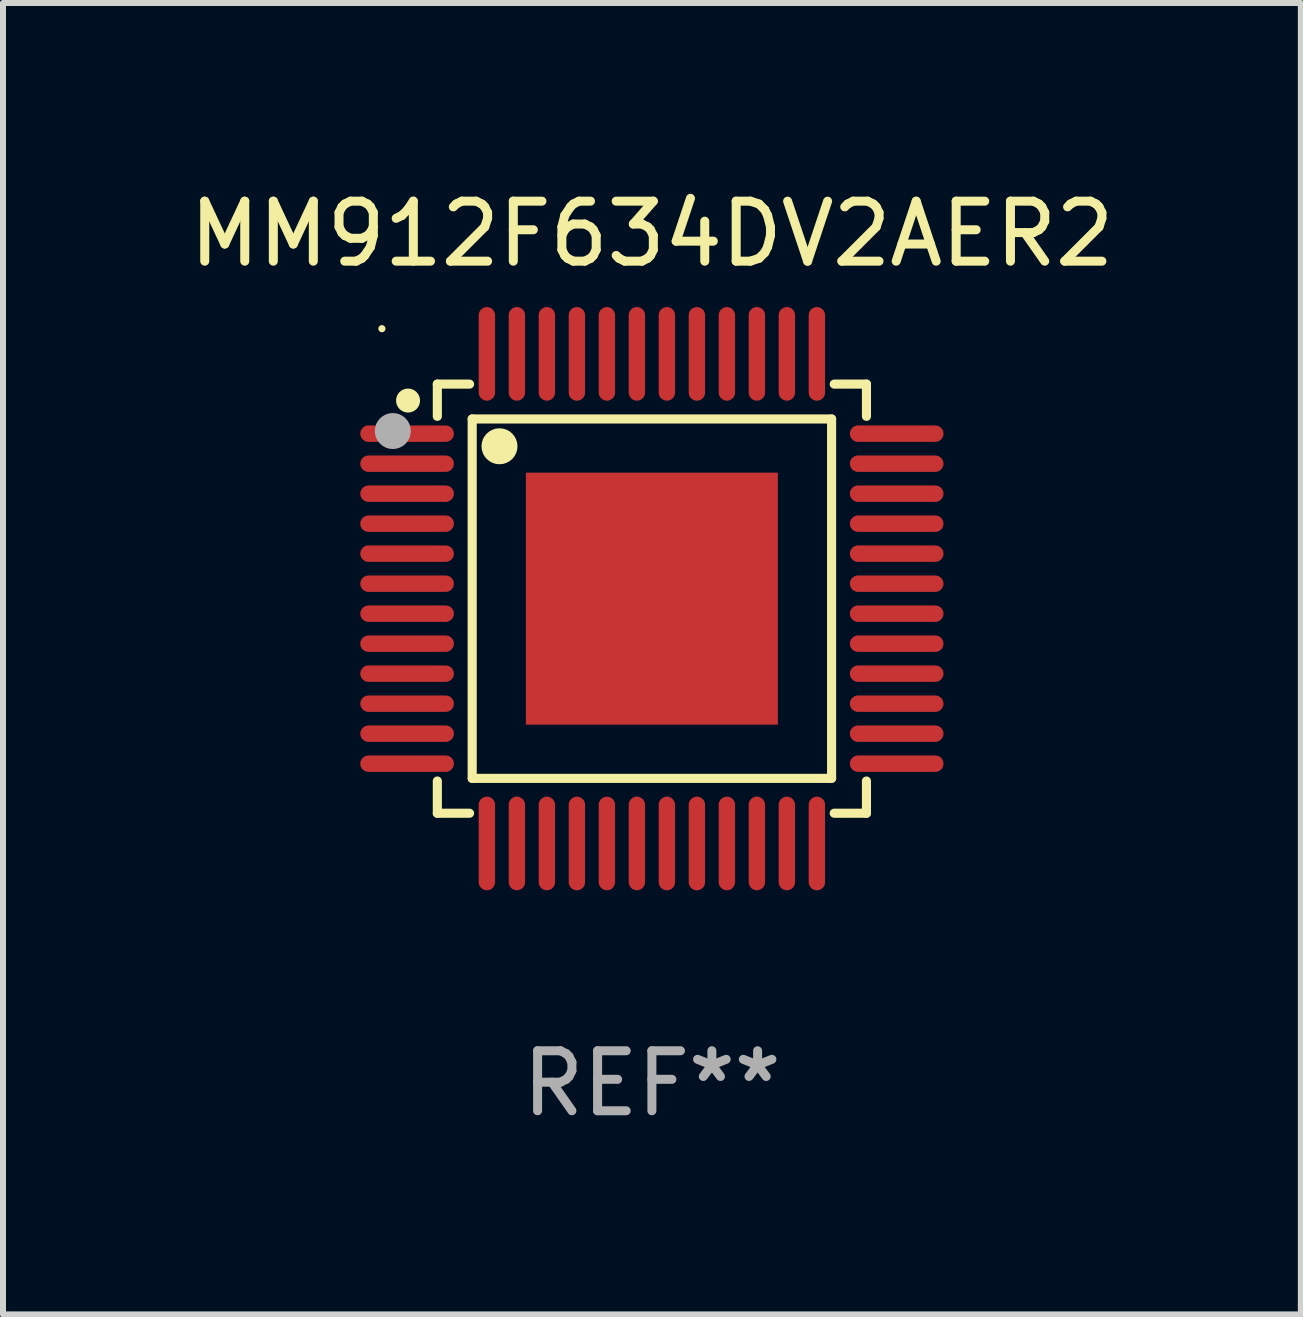
<source format=kicad_pcb>
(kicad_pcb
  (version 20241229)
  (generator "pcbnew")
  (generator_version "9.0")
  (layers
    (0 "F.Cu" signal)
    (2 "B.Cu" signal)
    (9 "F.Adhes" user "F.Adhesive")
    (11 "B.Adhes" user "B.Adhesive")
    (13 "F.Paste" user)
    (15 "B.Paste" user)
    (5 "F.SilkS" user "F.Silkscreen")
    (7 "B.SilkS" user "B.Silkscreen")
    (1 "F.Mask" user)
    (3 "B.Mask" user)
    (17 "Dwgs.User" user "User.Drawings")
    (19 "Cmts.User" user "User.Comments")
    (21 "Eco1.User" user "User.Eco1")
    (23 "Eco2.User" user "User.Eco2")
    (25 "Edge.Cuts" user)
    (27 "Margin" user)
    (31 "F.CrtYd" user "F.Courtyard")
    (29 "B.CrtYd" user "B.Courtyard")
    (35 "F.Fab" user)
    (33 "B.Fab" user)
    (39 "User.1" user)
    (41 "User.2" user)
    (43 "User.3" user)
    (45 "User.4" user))
  (footprint "MM912F634DV2AER2"
    (layer "F.Cu")
    (at 7.815 6.928)
    (property "Reference" "MM912F634DV2AER2" (at 0 -6.08 0) (layer "F.SilkS") (effects (font (size 1 1) (thickness 0.15))))
    (attr through_hole)
    (fp_line (start -3.576 -3.576) (end -3.039 -3.576) (stroke (width 0.152) (type solid)) (layer "F.SilkS"))
    (fp_line (start -3.576 -3.039) (end -3.576 -3.576) (stroke (width 0.152) (type solid)) (layer "F.SilkS"))
    (fp_line (start -3.576 3.039) (end -3.576 3.576) (stroke (width 0.152) (type solid)) (layer "F.SilkS"))
    (fp_line (start -3.576 3.576) (end -3.039 3.576) (stroke (width 0.152) (type solid)) (layer "F.SilkS"))
    (fp_line (start -2.995 -2.995) (end 2.995 -2.995) (stroke (width 0.152) (type solid)) (layer "F.SilkS"))
    (fp_line (start -2.995 2.995) (end -2.995 -2.995) (stroke (width 0.152) (type solid)) (layer "F.SilkS"))
    (fp_line (start 2.995 -2.995) (end 2.995 2.995) (stroke (width 0.152) (type solid)) (layer "F.SilkS"))
    (fp_line (start 2.995 2.995) (end -2.995 2.995) (stroke (width 0.152) (type solid)) (layer "F.SilkS"))
    (fp_line (start 3.576 -3.576) (end 3.039 -3.576) (stroke (width 0.152) (type solid)) (layer "F.SilkS"))
    (fp_line (start 3.576 -3.039) (end 3.576 -3.576) (stroke (width 0.152) (type solid)) (layer "F.SilkS"))
    (fp_line (start 3.576 3.039) (end 3.576 3.576) (stroke (width 0.152) (type solid)) (layer "F.SilkS"))
    (fp_line (start 3.576 3.576) (end 3.039 3.576) (stroke (width 0.152) (type solid)) (layer "F.SilkS"))
    (fp_circle (center -4.5 -4.5) (end -4.47 -4.5) (stroke (width 0.06) (type solid)) (fill no) (layer "F.SilkS"))
    (fp_circle (center -4.064 -3.302) (end -3.964 -3.302) (stroke (width 0.2) (type solid)) (fill no) (layer "F.SilkS"))
    (fp_circle (center -2.54 -2.54) (end -2.39 -2.54) (stroke (width 0.3) (type solid)) (fill no) (layer "F.SilkS"))
    (fp_circle (center -4.318 -2.794) (end -4.168 -2.794) (stroke (width 0.3) (type solid)) (fill no) (layer "F.Fab"))
    (fp_text user "REF**" (at 0 8.08 0) (layer "F.Fab") (effects (font (size 1 1) (thickness 0.15))))
    (pad "1" smd oval (at -4.08 -2.75) (size 1.56 0.273) (layers "F.Cu" "F.Mask" "F.Paste"))
    (pad "2" smd oval (at -4.08 -2.25) (size 1.56 0.273) (layers "F.Cu" "F.Mask" "F.Paste"))
    (pad "3" smd oval (at -4.08 -1.75) (size 1.56 0.273) (layers "F.Cu" "F.Mask" "F.Paste"))
    (pad "4" smd oval (at -4.08 -1.25) (size 1.56 0.273) (layers "F.Cu" "F.Mask" "F.Paste"))
    (pad "5" smd oval (at -4.08 -0.75) (size 1.56 0.273) (layers "F.Cu" "F.Mask" "F.Paste"))
    (pad "6" smd oval (at -4.08 -0.25) (size 1.56 0.273) (layers "F.Cu" "F.Mask" "F.Paste"))
    (pad "7" smd oval (at -4.08 0.25) (size 1.56 0.273) (layers "F.Cu" "F.Mask" "F.Paste"))
    (pad "8" smd oval (at -4.08 0.75) (size 1.56 0.273) (layers "F.Cu" "F.Mask" "F.Paste"))
    (pad "9" smd oval (at -4.08 1.25) (size 1.56 0.273) (layers "F.Cu" "F.Mask" "F.Paste"))
    (pad "10" smd oval (at -4.08 1.75) (size 1.56 0.273) (layers "F.Cu" "F.Mask" "F.Paste"))
    (pad "11" smd oval (at -4.08 2.25) (size 1.56 0.273) (layers "F.Cu" "F.Mask" "F.Paste"))
    (pad "12" smd oval (at -4.08 2.75) (size 1.56 0.273) (layers "F.Cu" "F.Mask" "F.Paste"))
    (pad "13" smd oval (at -2.75 4.08) (size 0.273 1.56) (layers "F.Cu" "F.Mask" "F.Paste"))
    (pad "14" smd oval (at -2.25 4.08) (size 0.273 1.56) (layers "F.Cu" "F.Mask" "F.Paste"))
    (pad "15" smd oval (at -1.75 4.08) (size 0.273 1.56) (layers "F.Cu" "F.Mask" "F.Paste"))
    (pad "16" smd oval (at -1.25 4.08) (size 0.273 1.56) (layers "F.Cu" "F.Mask" "F.Paste"))
    (pad "17" smd oval (at -0.75 4.08) (size 0.273 1.56) (layers "F.Cu" "F.Mask" "F.Paste"))
    (pad "18" smd oval (at -0.25 4.08) (size 0.273 1.56) (layers "F.Cu" "F.Mask" "F.Paste"))
    (pad "19" smd oval (at 0.25 4.08) (size 0.273 1.56) (layers "F.Cu" "F.Mask" "F.Paste"))
    (pad "20" smd oval (at 0.75 4.08) (size 0.273 1.56) (layers "F.Cu" "F.Mask" "F.Paste"))
    (pad "21" smd oval (at 1.25 4.08) (size 0.273 1.56) (layers "F.Cu" "F.Mask" "F.Paste"))
    (pad "22" smd oval (at 1.75 4.08) (size 0.273 1.56) (layers "F.Cu" "F.Mask" "F.Paste"))
    (pad "23" smd oval (at 2.25 4.08) (size 0.273 1.56) (layers "F.Cu" "F.Mask" "F.Paste"))
    (pad "24" smd oval (at 2.75 4.08) (size 0.273 1.56) (layers "F.Cu" "F.Mask" "F.Paste"))
    (pad "25" smd oval (at 4.08 2.75) (size 1.56 0.273) (layers "F.Cu" "F.Mask" "F.Paste"))
    (pad "26" smd oval (at 4.08 2.25) (size 1.56 0.273) (layers "F.Cu" "F.Mask" "F.Paste"))
    (pad "27" smd oval (at 4.08 1.75) (size 1.56 0.273) (layers "F.Cu" "F.Mask" "F.Paste"))
    (pad "28" smd oval (at 4.08 1.25) (size 1.56 0.273) (layers "F.Cu" "F.Mask" "F.Paste"))
    (pad "29" smd oval (at 4.08 0.75) (size 1.56 0.273) (layers "F.Cu" "F.Mask" "F.Paste"))
    (pad "30" smd oval (at 4.08 0.25) (size 1.56 0.273) (layers "F.Cu" "F.Mask" "F.Paste"))
    (pad "31" smd oval (at 4.08 -0.25) (size 1.56 0.273) (layers "F.Cu" "F.Mask" "F.Paste"))
    (pad "32" smd oval (at 4.08 -0.75) (size 1.56 0.273) (layers "F.Cu" "F.Mask" "F.Paste"))
    (pad "33" smd oval (at 4.08 -1.25) (size 1.56 0.273) (layers "F.Cu" "F.Mask" "F.Paste"))
    (pad "34" smd oval (at 4.08 -1.75) (size 1.56 0.273) (layers "F.Cu" "F.Mask" "F.Paste"))
    (pad "35" smd oval (at 4.08 -2.25) (size 1.56 0.273) (layers "F.Cu" "F.Mask" "F.Paste"))
    (pad "36" smd oval (at 4.08 -2.75) (size 1.56 0.273) (layers "F.Cu" "F.Mask" "F.Paste"))
    (pad "37" smd oval (at 2.75 -4.08) (size 0.273 1.56) (layers "F.Cu" "F.Mask" "F.Paste"))
    (pad "38" smd oval (at 2.25 -4.08) (size 0.273 1.56) (layers "F.Cu" "F.Mask" "F.Paste"))
    (pad "39" smd oval (at 1.75 -4.08) (size 0.273 1.56) (layers "F.Cu" "F.Mask" "F.Paste"))
    (pad "40" smd oval (at 1.25 -4.08) (size 0.273 1.56) (layers "F.Cu" "F.Mask" "F.Paste"))
    (pad "41" smd oval (at 0.75 -4.08) (size 0.273 1.56) (layers "F.Cu" "F.Mask" "F.Paste"))
    (pad "42" smd oval (at 0.25 -4.08) (size 0.273 1.56) (layers "F.Cu" "F.Mask" "F.Paste"))
    (pad "43" smd oval (at -0.25 -4.08) (size 0.273 1.56) (layers "F.Cu" "F.Mask" "F.Paste"))
    (pad "44" smd oval (at -0.75 -4.08) (size 0.273 1.56) (layers "F.Cu" "F.Mask" "F.Paste"))
    (pad "45" smd oval (at -1.25 -4.08) (size 0.273 1.56) (layers "F.Cu" "F.Mask" "F.Paste"))
    (pad "46" smd oval (at -1.75 -4.08) (size 0.273 1.56) (layers "F.Cu" "F.Mask" "F.Paste"))
    (pad "47" smd oval (at -2.25 -4.08) (size 0.273 1.56) (layers "F.Cu" "F.Mask" "F.Paste"))
    (pad "48" smd oval (at -2.75 -4.08) (size 0.273 1.56) (layers "F.Cu" "F.Mask" "F.Paste"))
    (pad "49" smd rect (at 0 0) (size 4.2 4.2) (layers "F.Cu" "F.Mask" "F.Paste")))
  (gr_rect
    (start -3 -3)
    (end 18.631 18.857)
    (stroke (width 0.1) (type default))
    (fill no)
    (layer "Edge.Cuts")))
</source>
